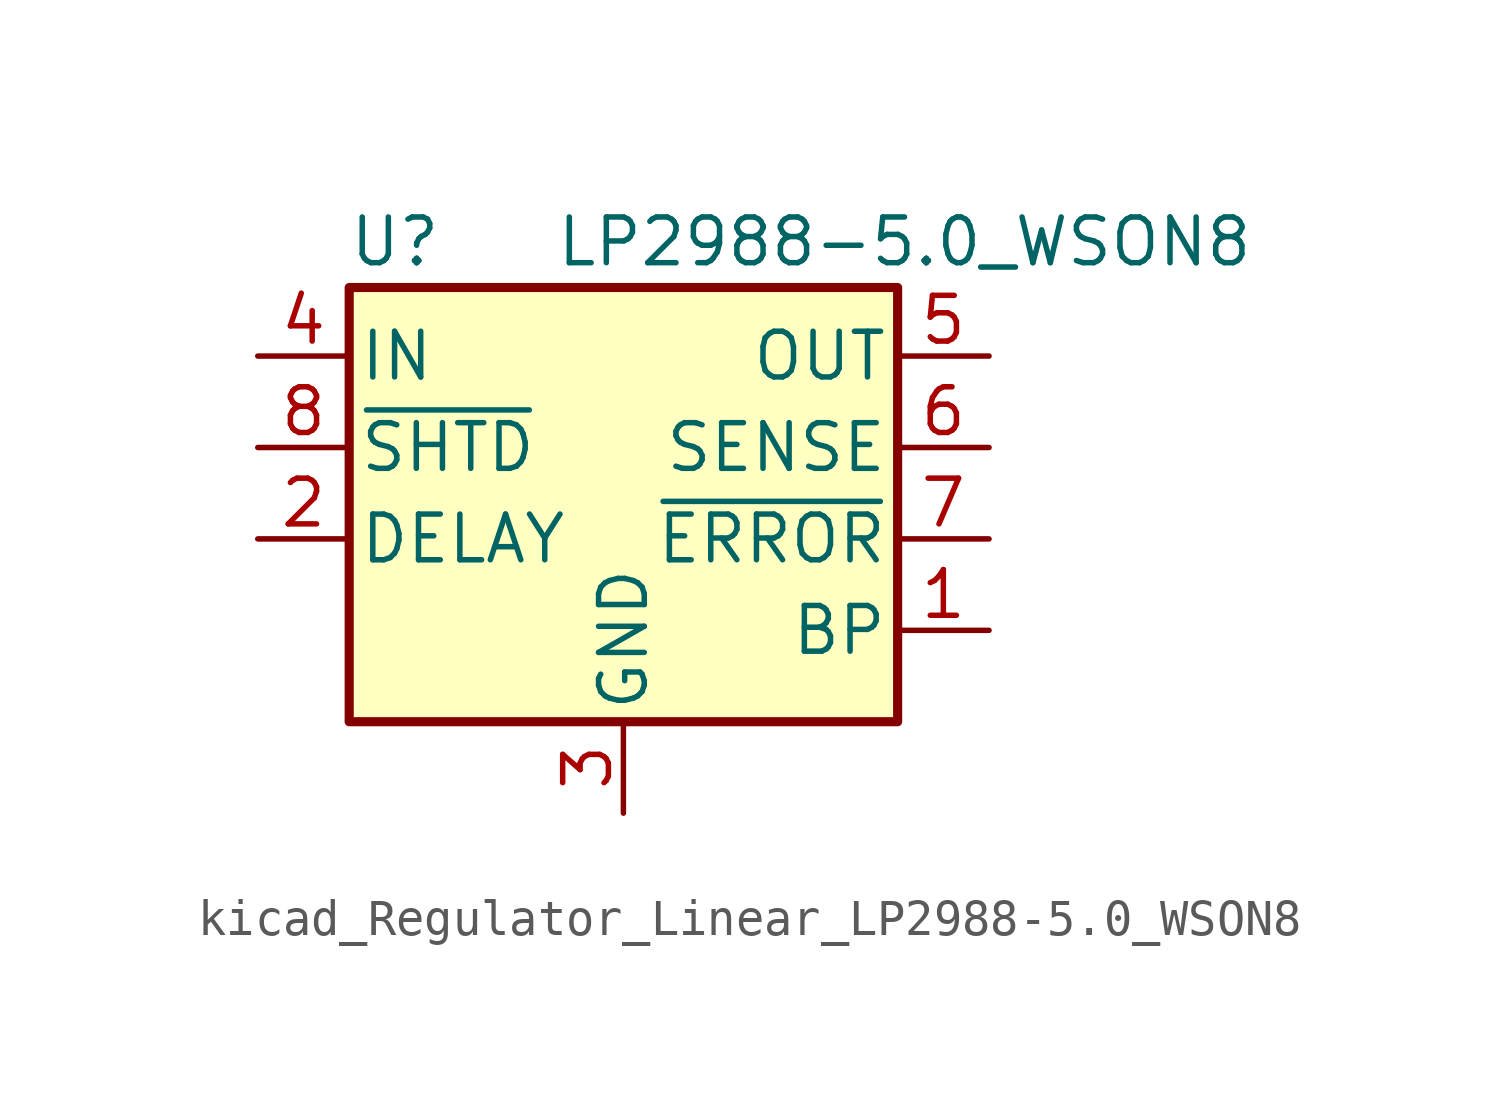
<source format=kicad_sym>
(kicad_symbol_lib
  (version 20220914)
  (generator kicad_symbol_editor)
  (symbol "kicad_Regulator_Linear_LP2988-5.0_WSON8"
    (pin_names
      (offset 0.254))
    (property "Reference" "U"
      (at -6.35 5.715 0)
      (effects (font (size 1.27 1.27))))
    (property "Value" "LP2988-5.0_WSON8"
      (at -1.905 5.715 0)
      (effects (font (size 1.27 1.27)) (justify left)))
    (symbol "kicad_Regulator_Linear_LP2988-5.0_WSON8_0_1"
      (rectangle (start -7.62 4.445) (end 7.62 -7.62) (stroke (width 0.254) (type default)) (fill (type background))))
    (symbol "kicad_Regulator_Linear_LP2988-5.0_WSON8_1_1"
      (pin passive line (at 10.16 -5.08 180) (length 2.54) (name "BP" (effects (font (size 1.27 1.27)))) (number "1" (effects (font (size 1.27 1.27)))))
      (pin passive line (at -10.16 -2.54 0) (length 2.54) (name "DELAY" (effects (font (size 1.27 1.27)))) (number "2" (effects (font (size 1.27 1.27)))))
      (pin power_in line (at 0 -10.16 90) (length 2.54) (name "GND" (effects (font (size 1.27 1.27)))) (number "3" (effects (font (size 1.27 1.27)))))
      (pin power_in line (at -10.16 2.54 0) (length 2.54) (name "IN" (effects (font (size 1.27 1.27)))) (number "4" (effects (font (size 1.27 1.27)))))
      (pin power_out line (at 10.16 2.54 180) (length 2.54) (name "OUT" (effects (font (size 1.27 1.27)))) (number "5" (effects (font (size 1.27 1.27)))))
      (pin input line (at 10.16 0 180) (length 2.54) (name "SENSE" (effects (font (size 1.27 1.27)))) (number "6" (effects (font (size 1.27 1.27)))))
      (pin output line (at 10.16 -2.54 180) (length 2.54) (name "~{ERROR}" (effects (font (size 1.27 1.27)))) (number "7" (effects (font (size 1.27 1.27)))))
      (pin input line (at -10.16 0 0) (length 2.54) (name "~{SHTD}" (effects (font (size 1.27 1.27)))) (number "8" (effects (font (size 1.27 1.27)))))
      (pin passive line (at 0 -10.16 90) (length 2.54) hide (name "GND" (effects (font (size 1.27 1.27)))) (number "9" (effects (font (size 1.27 1.27))))))))
</source>
